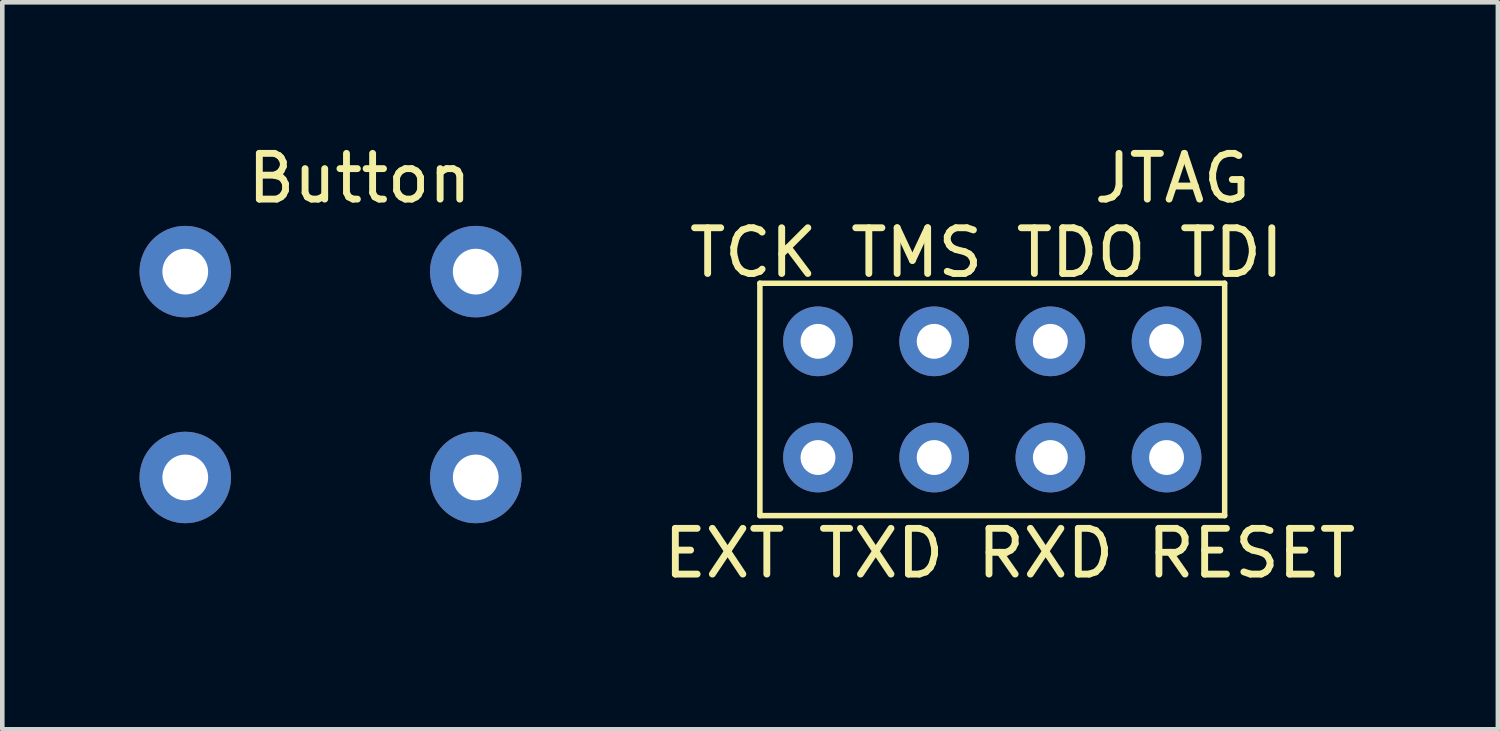
<source format=kicad_pcb>
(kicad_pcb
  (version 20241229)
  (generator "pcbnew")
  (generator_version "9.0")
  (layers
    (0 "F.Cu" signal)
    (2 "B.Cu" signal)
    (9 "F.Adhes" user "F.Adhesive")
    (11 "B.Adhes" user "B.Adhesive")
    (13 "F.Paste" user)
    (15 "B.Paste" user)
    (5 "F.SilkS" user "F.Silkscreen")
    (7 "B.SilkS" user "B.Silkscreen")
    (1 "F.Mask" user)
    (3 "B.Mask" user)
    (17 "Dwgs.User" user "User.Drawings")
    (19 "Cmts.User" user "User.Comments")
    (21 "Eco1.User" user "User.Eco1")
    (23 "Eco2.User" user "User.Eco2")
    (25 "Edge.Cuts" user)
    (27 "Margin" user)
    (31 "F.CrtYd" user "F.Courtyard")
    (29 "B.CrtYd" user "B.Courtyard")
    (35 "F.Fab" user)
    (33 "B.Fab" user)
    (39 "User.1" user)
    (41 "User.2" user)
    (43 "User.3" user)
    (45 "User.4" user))
  (footprint "Button"
    (layer "F.Cu")
    (at 1 2.888)
    (property "Reference" "Button" (at 3.81 -2.04 0) (layer "F.SilkS") (effects (font (size 1 1) (thickness 0.15))))
    (attr through_hole)
    (pad "1" thru_hole circle (at 0 0) (size 2 2) (drill 1) (layers "*.Cu" "*.Mask"))
    (pad "2" thru_hole circle (at 6.35 0) (size 2 2) (drill 1) (layers "*.Cu" "*.Mask"))
    (pad "3" thru_hole circle (at 0 4.5) (size 2 2) (drill 1) (layers "*.Cu" "*.Mask"))
    (pad "4" thru_hole circle (at 6.35 4.5) (size 2 2) (drill 1) (layers "*.Cu" "*.Mask")))
  (footprint "JTAG"
    (layer "F.Cu")
    (at 14.832 4.412)
    (property "Reference" "JTAG" (at 7.747 -3.564 0) (layer "F.SilkS") (effects (font (size 1 1) (thickness 0.15))))
    (attr through_hole)
    (fp_line (start -1.27 -1.27) (end -1.27 3.81) (stroke (width 0.12) (type solid)) (layer "F.SilkS"))
    (fp_line (start -1.27 3.81) (end 8.89 3.81) (stroke (width 0.12) (type solid)) (layer "F.SilkS"))
    (fp_line (start 8.89 -1.27) (end -1.27 -1.27) (stroke (width 0.12) (type solid)) (layer "F.SilkS"))
    (fp_line (start 8.89 3.81) (end 8.89 -1.27) (stroke (width 0.12) (type solid)) (layer "F.SilkS"))
    (fp_text user "TCK TMS TDO TDI" (at 3.683 -1.938 0) (layer "F.SilkS") (effects (font (size 1 1) (thickness 0.15))))
    (fp_text user "EXT TXD RXD RESET" (at 4.191 4.633 0) (layer "F.SilkS") (effects (font (size 1 1) (thickness 0.15))))
    (pad "5" thru_hole circle (at 0 0) (size 1.524 1.524) (drill 0.762) (layers "*.Cu" "*.Mask"))
    (pad "6" thru_hole circle (at 2.54 0) (size 1.524 1.524) (drill 0.762) (layers "*.Cu" "*.Mask"))
    (pad "7" thru_hole circle (at 5.08 0) (size 1.524 1.524) (drill 0.762) (layers "*.Cu" "*.Mask"))
    (pad "8" thru_hole circle (at 7.62 0) (size 1.524 1.524) (drill 0.762) (layers "*.Cu" "*.Mask"))
    (pad "9" thru_hole circle (at 0 2.54) (size 1.524 1.524) (drill 0.762) (layers "*.Cu" "*.Mask"))
    (pad "10" thru_hole circle (at 2.54 2.54) (size 1.524 1.524) (drill 0.762) (layers "*.Cu" "*.Mask"))
    (pad "11" thru_hole circle (at 5.08 2.54) (size 1.524 1.524) (drill 0.762) (layers "*.Cu" "*.Mask"))
    (pad "12" thru_hole circle (at 7.62 2.54) (size 1.524 1.524) (drill 0.762) (layers "*.Cu" "*.Mask")))
  (gr_rect
    (start -3 -3)
    (end 29.695 12.893)
    (stroke (width 0.1) (type default))
    (fill no)
    (layer "Edge.Cuts")))
</source>
